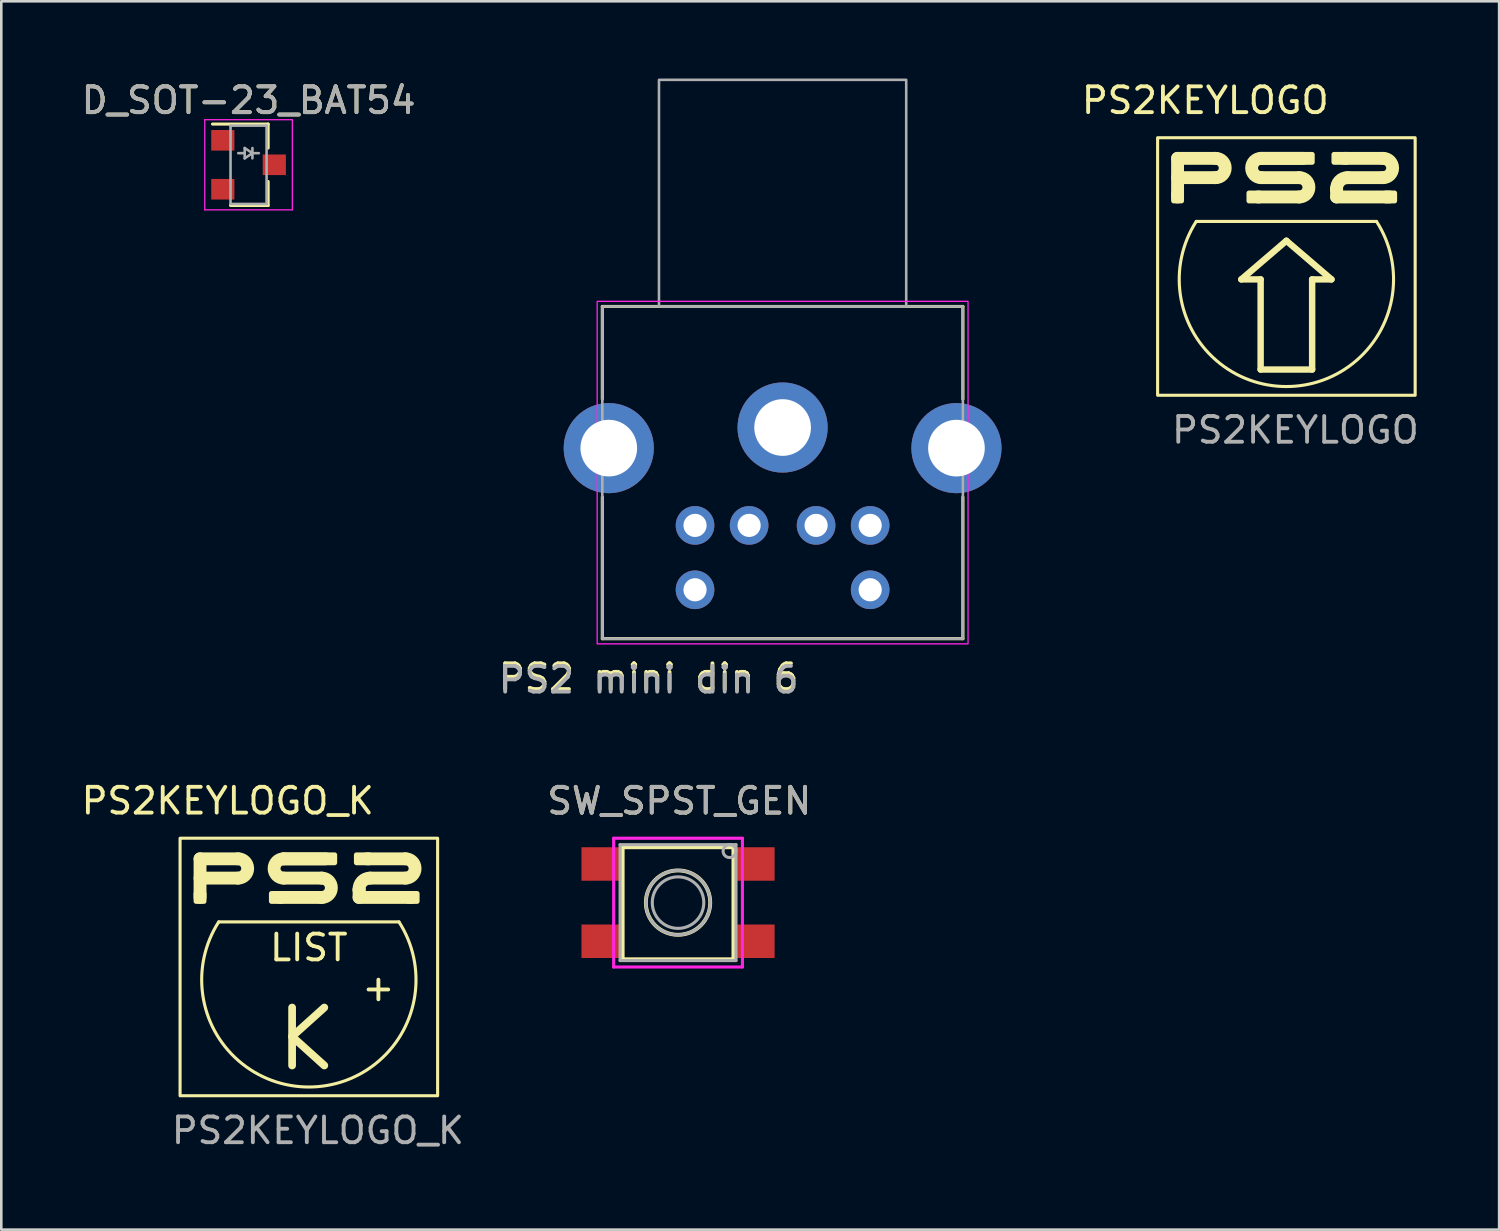
<source format=kicad_pcb>
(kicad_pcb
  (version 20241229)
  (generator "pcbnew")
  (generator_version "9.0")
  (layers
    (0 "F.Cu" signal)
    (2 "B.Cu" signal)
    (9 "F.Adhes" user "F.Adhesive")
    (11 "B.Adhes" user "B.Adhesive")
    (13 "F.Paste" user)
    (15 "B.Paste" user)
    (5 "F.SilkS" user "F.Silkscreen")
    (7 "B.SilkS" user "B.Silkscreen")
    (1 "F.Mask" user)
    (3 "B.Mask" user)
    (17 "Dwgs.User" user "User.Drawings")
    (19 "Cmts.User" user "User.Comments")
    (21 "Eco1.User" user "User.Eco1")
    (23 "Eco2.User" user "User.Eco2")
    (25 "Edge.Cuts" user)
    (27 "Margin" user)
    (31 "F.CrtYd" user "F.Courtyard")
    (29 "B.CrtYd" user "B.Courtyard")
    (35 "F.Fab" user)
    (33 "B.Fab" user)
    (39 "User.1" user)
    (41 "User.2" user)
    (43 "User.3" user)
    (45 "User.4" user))
  (footprint "PS2KEYLOGO_K"
    (layer "F.Cu")
    (at 8.942 34.496)
    (property "Reference" "PS2KEYLOGO_K" (at -3.15 -6.45 0) (unlocked yes) (layer "F.SilkS") (effects (font (size 1 1) (thickness 0.15))))
    (attr smd)
    (fp_line (start -4.225 -2.7) (end -4.225 -4.2) (stroke (width 0.5) (type solid)) (layer "F.SilkS"))
    (fp_line (start -3.5 -1.75) (end 3.5 -1.75) (stroke (width 0.12) (type solid)) (layer "F.SilkS"))
    (fp_line (start -2.75 -4.2) (end -4.225 -4.2) (stroke (width 0.5) (type solid)) (layer "F.SilkS"))
    (fp_line (start -2.75 -3.45) (end -4.225 -3.45) (stroke (width 0.5) (type solid)) (layer "F.SilkS"))
    (fp_line (start -0.65 1.575) (end -0.65 3.825) (stroke (width 0.3) (type solid)) (layer "F.SilkS"))
    (fp_line (start -0.65 2.7) (end 0.6 1.575) (stroke (width 0.3) (type solid)) (layer "F.SilkS"))
    (fp_line (start -0.65 2.7) (end 0.6 3.825) (stroke (width 0.3) (type solid)) (layer "F.SilkS"))
    (fp_line (start 0.5 -3.45) (end -0.975 -3.45) (stroke (width 0.5) (type solid)) (layer "F.SilkS"))
    (fp_line (start 0.5 -2.7) (end -1.1 -2.7) (stroke (width 0.5) (type solid)) (layer "F.SilkS"))
    (fp_line (start 0.65 -4.2) (end -0.975 -4.2) (stroke (width 0.5) (type solid)) (layer "F.SilkS"))
    (fp_line (start 1.95 -3) (end 1.95 -3) (stroke (width 0.5) (type solid)) (layer "F.SilkS"))
    (fp_line (start 1.95 -2.7) (end 1.95 -3) (stroke (width 0.5) (type solid)) (layer "F.SilkS"))
    (fp_line (start 1.95 -2.7) (end 4 -2.7) (stroke (width 0.5) (type solid)) (layer "F.SilkS"))
    (fp_line (start 2.25 -4.2) (end 3.75 -4.2) (stroke (width 0.5) (type solid)) (layer "F.SilkS"))
    (fp_line (start 2.374 -3.45) (end 3.75 -3.45) (stroke (width 0.5) (type solid)) (layer "F.SilkS"))
    (fp_rect (start -5 -5) (end 5 5) (stroke (width 0.12) (type solid)) (fill no) (layer "F.SilkS"))
    (fp_rect (start -4.375 -2.85) (end -4.075 -2.55) (stroke (width 0.2) (type solid)) (fill yes) (layer "F.SilkS"))
    (fp_rect (start -1.05 -2.85) (end -1.45 -2.55) (stroke (width 0.2) (type solid)) (fill yes) (layer "F.SilkS"))
    (fp_rect (start -1 -4.35) (end 1 -4.05) (stroke (width 0.2) (type solid)) (fill yes) (layer "F.SilkS"))
    (fp_rect (start 1.85 -4.35) (end 2.35 -4.05) (stroke (width 0.2) (type solid)) (fill yes) (layer "F.SilkS"))
    (fp_rect (start 4.2 -2.85) (end 3.85 -2.55) (stroke (width 0.2) (type solid)) (fill yes) (layer "F.SilkS"))
    (fp_arc (start -2.75 -4.2) (mid -2.375 -3.825) (end -2.75 -3.45) (stroke (width 0.5) (type solid)) (layer "F.SilkS"))
    (fp_arc (start -0.975 -3.45) (mid -1.35 -3.825) (end -0.975 -4.2) (stroke (width 0.5) (type solid)) (layer "F.SilkS"))
    (fp_arc (start 0.5 -3.45) (mid 0.875 -3.075) (end 0.5 -2.7) (stroke (width 0.5) (type solid)) (layer "F.SilkS"))
    (fp_arc (start 1.95 -3.000043) (mid 2.06501 -3.3166) (end 2.374267 -3.45) (stroke (width 0.5) (type solid)) (layer "F.SilkS"))
    (fp_arc (start 3.5 -1.75) (mid 0 4.660829) (end -3.5 -1.75) (stroke (width 0.12) (type solid)) (layer "F.SilkS"))
    (fp_arc (start 3.75 -4.2) (mid 4.125 -3.825) (end 3.75 -3.45) (stroke (width 0.5) (type solid)) (layer "F.SilkS"))
    (fp_text user "LIST" (at 0 -0.75 0) (unlocked yes) (layer "F.SilkS") (effects (font (size 1 1) (thickness 0.15))))
    (fp_text user "+" (at 2.7 0.8 0) (unlocked yes) (layer "F.SilkS") (effects (font (size 1 1) (thickness 0.15))))
    (fp_text user "${REFERENCE}" (at 0.35 6.35 0) (unlocked yes) (layer "F.Fab") (effects (font (size 1 1) (thickness 0.15)))))
  (footprint "SW_SPST_GEN"
    (layer "F.Cu")
    (at 23.277 31.997)
    (property "Reference" "SW_SPST_GEN" (at 0.05 -3.95 0) (layer "F.SilkS") (effects (font (size 1 1) (thickness 0.15))))
    (attr smd)
    (fp_line (start -2.15 -2.15) (end 2.15 -2.15) (stroke (width 0.15) (type solid)) (layer "F.SilkS"))
    (fp_line (start -2.15 2.2) (end -2.15 -2.15) (stroke (width 0.15) (type solid)) (layer "F.SilkS"))
    (fp_line (start 2.15 -2.15) (end 2.15 2.2) (stroke (width 0.15) (type solid)) (layer "F.SilkS"))
    (fp_line (start 2.15 2.2) (end -2.15 2.2) (stroke (width 0.15) (type solid)) (layer "F.SilkS"))
    (fp_circle (center 0 0) (end 1 0.75) (stroke (width 0.15) (type solid)) (fill no) (layer "F.SilkS"))
    (fp_line (start -2.5 -2.5) (end 2.5 -2.5) (stroke (width 0.12) (type solid)) (layer "F.CrtYd"))
    (fp_line (start -2.5 2.5) (end -2.5 -2.5) (stroke (width 0.12) (type solid)) (layer "F.CrtYd"))
    (fp_line (start 2.5 -2.5) (end 2.5 2.5) (stroke (width 0.12) (type solid)) (layer "F.CrtYd"))
    (fp_line (start 2.5 2.5) (end -2.5 2.5) (stroke (width 0.12) (type solid)) (layer "F.CrtYd"))
    (fp_line (start -2.25 -2.25) (end 2.25 -2.25) (stroke (width 0.12) (type solid)) (layer "F.Fab"))
    (fp_line (start -2.25 2.25) (end -2.25 -2.25) (stroke (width 0.12) (type solid)) (layer "F.Fab"))
    (fp_line (start 2.25 -2.25) (end 2.25 2.25) (stroke (width 0.12) (type solid)) (layer "F.Fab"))
    (fp_line (start 2.25 2.25) (end -2.25 2.25) (stroke (width 0.12) (type solid)) (layer "F.Fab"))
    (fp_circle (center 0 0) (end 1 0) (stroke (width 0.12) (type solid)) (fill no) (layer "F.Fab"))
    (fp_circle (center 0 0) (end 1.25 0) (stroke (width 0.12) (type solid)) (fill no) (layer "F.Fab"))
    (fp_circle (center 2 -2) (end 2 -1.75) (stroke (width 0.12) (type solid)) (fill no) (layer "F.Fab"))
    (fp_text user "${REFERENCE}" (at 0.05 -3.95 0) (layer "F.Fab") (effects (font (size 1 1) (thickness 0.15))))
    (pad "1" smd rect (at -3 -1.5) (size 1.5 1.3) (layers "F.Cu" "F.Mask" "F.Paste"))
    (pad "1" smd rect (at 3 -1.5) (size 1.5 1.3) (layers "F.Cu" "F.Mask" "F.Paste"))
    (pad "2" smd rect (at -3 1.5) (size 1.5 1.3) (layers "F.Cu" "F.Mask" "F.Paste"))
    (pad "2" smd rect (at 3 1.5) (size 1.5 1.3) (layers "F.Cu" "F.Mask" "F.Paste")))
  (footprint "PS2 mini din 6"
    (layer "F.Cu")
    (at 27.337 8.85)
    (property "Reference" "PS2 mini din 6" (at -5.2 14.4 0) (unlocked yes) (layer "F.SilkS") (effects (font (size 1 1) (thickness 0.15))))
    (attr through_hole)
    (fp_line (start -7 0) (end 7 0) (stroke (width 0.12) (type solid)) (layer "F.SilkS"))
    (fp_line (start -7 3.6) (end -7 0) (stroke (width 0.12) (type solid)) (layer "F.SilkS"))
    (fp_line (start -7 12.9) (end -7 7.4) (stroke (width 0.12) (type solid)) (layer "F.SilkS"))
    (fp_line (start 7 0) (end 7 3.6) (stroke (width 0.12) (type solid)) (layer "F.SilkS"))
    (fp_line (start 7 7.4) (end 7 12.9) (stroke (width 0.12) (type solid)) (layer "F.SilkS"))
    (fp_line (start 7 12.9) (end -7 12.9) (stroke (width 0.12) (type solid)) (layer "F.SilkS"))
    (fp_rect (start -7.2 -0.2) (end 7.2 13.1) (stroke (width 0.05) (type solid)) (fill no) (layer "F.CrtYd"))
    (fp_rect (start -7 0) (end 7 12.9) (stroke (width 0.1) (type solid)) (fill no) (layer "F.Fab"))
    (fp_rect (start -4.8 0) (end 4.8 -8.8) (stroke (width 0.1) (type solid)) (fill no) (layer "F.Fab"))
    (fp_text user "${REFERENCE}" (at -5.2 14.5 0) (unlocked yes) (layer "F.Fab") (effects (font (size 1 1) (thickness 0.15))))
    (pad "0" thru_hole circle (at -6.75 5.5) (size 3.5 3.5) (drill 2.2) (layers "*.Cu" "*.Mask"))
    (pad "0" thru_hole circle (at 0 4.7) (size 3.5 3.5) (drill 2.2) (layers "*.Cu" "*.Mask"))
    (pad "0" thru_hole circle (at 6.75 5.5) (size 3.5 3.5) (drill 2.2) (layers "*.Cu" "*.Mask"))
    (pad "1" thru_hole circle (at -1.3 8.5) (size 1.5 1.5) (drill 0.9) (layers "*.Cu" "*.Mask"))
    (pad "2" thru_hole circle (at 1.3 8.5) (size 1.5 1.5) (drill 0.9) (layers "*.Cu" "*.Mask"))
    (pad "3" thru_hole circle (at -3.4 8.5) (size 1.5 1.5) (drill 0.9) (layers "*.Cu" "*.Mask"))
    (pad "5" thru_hole circle (at 3.4 8.5) (size 1.5 1.5) (drill 0.9) (layers "*.Cu" "*.Mask"))
    (pad "6" thru_hole circle (at -3.4 11) (size 1.5 1.5) (drill 0.9) (layers "*.Cu" "*.Mask"))
    (pad "8" thru_hole circle (at 3.4 11) (size 1.5 1.5) (drill 0.9) (layers "*.Cu" "*.Mask")))
  (footprint "PS2KEYLOGO"
    (layer "F.Cu")
    (at 46.898 7.298)
    (property "Reference" "PS2KEYLOGO" (at -3.15 -6.45 0) (unlocked yes) (layer "F.SilkS") (effects (font (size 1 1) (thickness 0.15))))
    (attr smd)
    (fp_line (start -4.225 -2.7) (end -4.225 -4.2) (stroke (width 0.5) (type solid)) (layer "F.SilkS"))
    (fp_line (start -3.5 -1.75) (end 3.5 -1.75) (stroke (width 0.12) (type solid)) (layer "F.SilkS"))
    (fp_line (start -2.75 -4.2) (end -4.225 -4.2) (stroke (width 0.5) (type solid)) (layer "F.SilkS"))
    (fp_line (start -2.75 -3.45) (end -4.225 -3.45) (stroke (width 0.5) (type solid)) (layer "F.SilkS"))
    (fp_line (start -1.75 0.5) (end -1 0.5) (stroke (width 0.25) (type solid)) (layer "F.SilkS"))
    (fp_line (start -1 0.5) (end -1 4) (stroke (width 0.25) (type solid)) (layer "F.SilkS"))
    (fp_line (start -1 4) (end 1 4) (stroke (width 0.25) (type solid)) (layer "F.SilkS"))
    (fp_line (start 0 -1) (end -1.75 0.5) (stroke (width 0.25) (type solid)) (layer "F.SilkS"))
    (fp_line (start 0.5 -3.45) (end -0.975 -3.45) (stroke (width 0.5) (type solid)) (layer "F.SilkS"))
    (fp_line (start 0.5 -2.7) (end -1.1 -2.7) (stroke (width 0.5) (type solid)) (layer "F.SilkS"))
    (fp_line (start 0.65 -4.2) (end -0.975 -4.2) (stroke (width 0.5) (type solid)) (layer "F.SilkS"))
    (fp_line (start 1 0.5) (end 1.75 0.5) (stroke (width 0.25) (type solid)) (layer "F.SilkS"))
    (fp_line (start 1 4) (end 1 0.5) (stroke (width 0.25) (type solid)) (layer "F.SilkS"))
    (fp_line (start 1.75 0.5) (end 0 -1) (stroke (width 0.25) (type solid)) (layer "F.SilkS"))
    (fp_line (start 1.95 -3) (end 1.95 -3) (stroke (width 0.5) (type solid)) (layer "F.SilkS"))
    (fp_line (start 1.95 -2.7) (end 1.95 -3) (stroke (width 0.5) (type solid)) (layer "F.SilkS"))
    (fp_line (start 1.95 -2.7) (end 4 -2.7) (stroke (width 0.5) (type solid)) (layer "F.SilkS"))
    (fp_line (start 2.25 -4.2) (end 3.75 -4.2) (stroke (width 0.5) (type solid)) (layer "F.SilkS"))
    (fp_line (start 2.374 -3.45) (end 3.75 -3.45) (stroke (width 0.5) (type solid)) (layer "F.SilkS"))
    (fp_rect (start -5 -5) (end 5 5) (stroke (width 0.12) (type solid)) (fill no) (layer "F.SilkS"))
    (fp_rect (start -4.375 -2.85) (end -4.075 -2.55) (stroke (width 0.2) (type solid)) (fill yes) (layer "F.SilkS"))
    (fp_rect (start -1.05 -2.85) (end -1.45 -2.55) (stroke (width 0.2) (type solid)) (fill yes) (layer "F.SilkS"))
    (fp_rect (start -1 -4.35) (end 1 -4.05) (stroke (width 0.2) (type solid)) (fill yes) (layer "F.SilkS"))
    (fp_rect (start 1.85 -4.35) (end 2.35 -4.05) (stroke (width 0.2) (type solid)) (fill yes) (layer "F.SilkS"))
    (fp_rect (start 4.2 -2.85) (end 3.85 -2.55) (stroke (width 0.2) (type solid)) (fill yes) (layer "F.SilkS"))
    (fp_arc (start -2.75 -4.2) (mid -2.375 -3.825) (end -2.75 -3.45) (stroke (width 0.5) (type solid)) (layer "F.SilkS"))
    (fp_arc (start -0.975 -3.45) (mid -1.35 -3.825) (end -0.975 -4.2) (stroke (width 0.5) (type solid)) (layer "F.SilkS"))
    (fp_arc (start 0.5 -3.45) (mid 0.875 -3.075) (end 0.5 -2.7) (stroke (width 0.5) (type solid)) (layer "F.SilkS"))
    (fp_arc (start 1.95 -3.000043) (mid 2.06501 -3.3166) (end 2.374267 -3.45) (stroke (width 0.5) (type solid)) (layer "F.SilkS"))
    (fp_arc (start 3.5 -1.75) (mid 0 4.660829) (end -3.5 -1.75) (stroke (width 0.12) (type solid)) (layer "F.SilkS"))
    (fp_arc (start 3.75 -4.2) (mid 4.125 -3.825) (end 3.75 -3.45) (stroke (width 0.5) (type solid)) (layer "F.SilkS"))
    (fp_text user "${REFERENCE}" (at 0.35 6.35 0) (unlocked yes) (layer "F.Fab") (effects (font (size 1 1) (thickness 0.15)))))
  (footprint "D_SOT-23_BAT54"
    (layer "F.Cu")
    (at 6.601 3.348)
    (property "Reference" "D_SOT-23_BAT54" (at 0 -2.5 0) (layer "F.SilkS") (effects (font (size 1 1) (thickness 0.15))))
    (attr smd)
    (fp_line (start 0.76 -1.58) (end -1.4 -1.58) (stroke (width 0.12) (type solid)) (layer "F.SilkS"))
    (fp_line (start 0.76 -1.58) (end 0.76 -0.65) (stroke (width 0.12) (type solid)) (layer "F.SilkS"))
    (fp_line (start 0.76 1.58) (end -0.7 1.58) (stroke (width 0.12) (type solid)) (layer "F.SilkS"))
    (fp_line (start 0.76 1.58) (end 0.76 0.65) (stroke (width 0.12) (type solid)) (layer "F.SilkS"))
    (fp_line (start -1.7 -1.75) (end 1.7 -1.75) (stroke (width 0.05) (type solid)) (layer "F.CrtYd"))
    (fp_line (start -1.7 1.75) (end -1.7 -1.75) (stroke (width 0.05) (type solid)) (layer "F.CrtYd"))
    (fp_line (start 1.7 -1.75) (end 1.7 1.75) (stroke (width 0.05) (type solid)) (layer "F.CrtYd"))
    (fp_line (start 1.7 1.75) (end -1.7 1.75) (stroke (width 0.05) (type solid)) (layer "F.CrtYd"))
    (fp_line (start -0.7 -1.52) (end -0.7 1.52) (stroke (width 0.1) (type solid)) (layer "F.Fab"))
    (fp_line (start -0.7 -1.52) (end 0.7 -1.52) (stroke (width 0.1) (type solid)) (layer "F.Fab"))
    (fp_line (start -0.7 1.52) (end 0.7 1.52) (stroke (width 0.1) (type solid)) (layer "F.Fab"))
    (fp_line (start -0.15 -0.65) (end -0.15 -0.25) (stroke (width 0.1) (type solid)) (layer "F.Fab"))
    (fp_line (start -0.15 -0.45) (end -0.4 -0.45) (stroke (width 0.1) (type solid)) (layer "F.Fab"))
    (fp_line (start -0.15 -0.25) (end 0.15 -0.45) (stroke (width 0.1) (type solid)) (layer "F.Fab"))
    (fp_line (start 0.15 -0.65) (end 0.15 -0.25) (stroke (width 0.1) (type solid)) (layer "F.Fab"))
    (fp_line (start 0.15 -0.45) (end -0.15 -0.65) (stroke (width 0.1) (type solid)) (layer "F.Fab"))
    (fp_line (start 0.15 -0.45) (end 0.4 -0.45) (stroke (width 0.1) (type solid)) (layer "F.Fab"))
    (fp_line (start 0.7 -1.52) (end 0.7 1.52) (stroke (width 0.1) (type solid)) (layer "F.Fab"))
    (fp_text user "${REFERENCE}" (at 0 -2.5 0) (layer "F.Fab") (effects (font (size 1 1) (thickness 0.15))))
    (pad "" smd rect (at -1 0.95) (size 0.9 0.8) (layers "F.Cu" "F.Mask" "F.Paste"))
    (pad "1" smd rect (at 1 0) (size 0.9 0.8) (layers "F.Cu" "F.Mask" "F.Paste"))
    (pad "2" smd rect (at -1 -0.95) (size 0.9 0.8) (layers "F.Cu" "F.Mask" "F.Paste")))
  (gr_rect
    (start -3 -3)
    (end 55.158 44.695)
    (stroke (width 0.1) (type default))
    (fill no)
    (layer "Edge.Cuts")))
</source>
